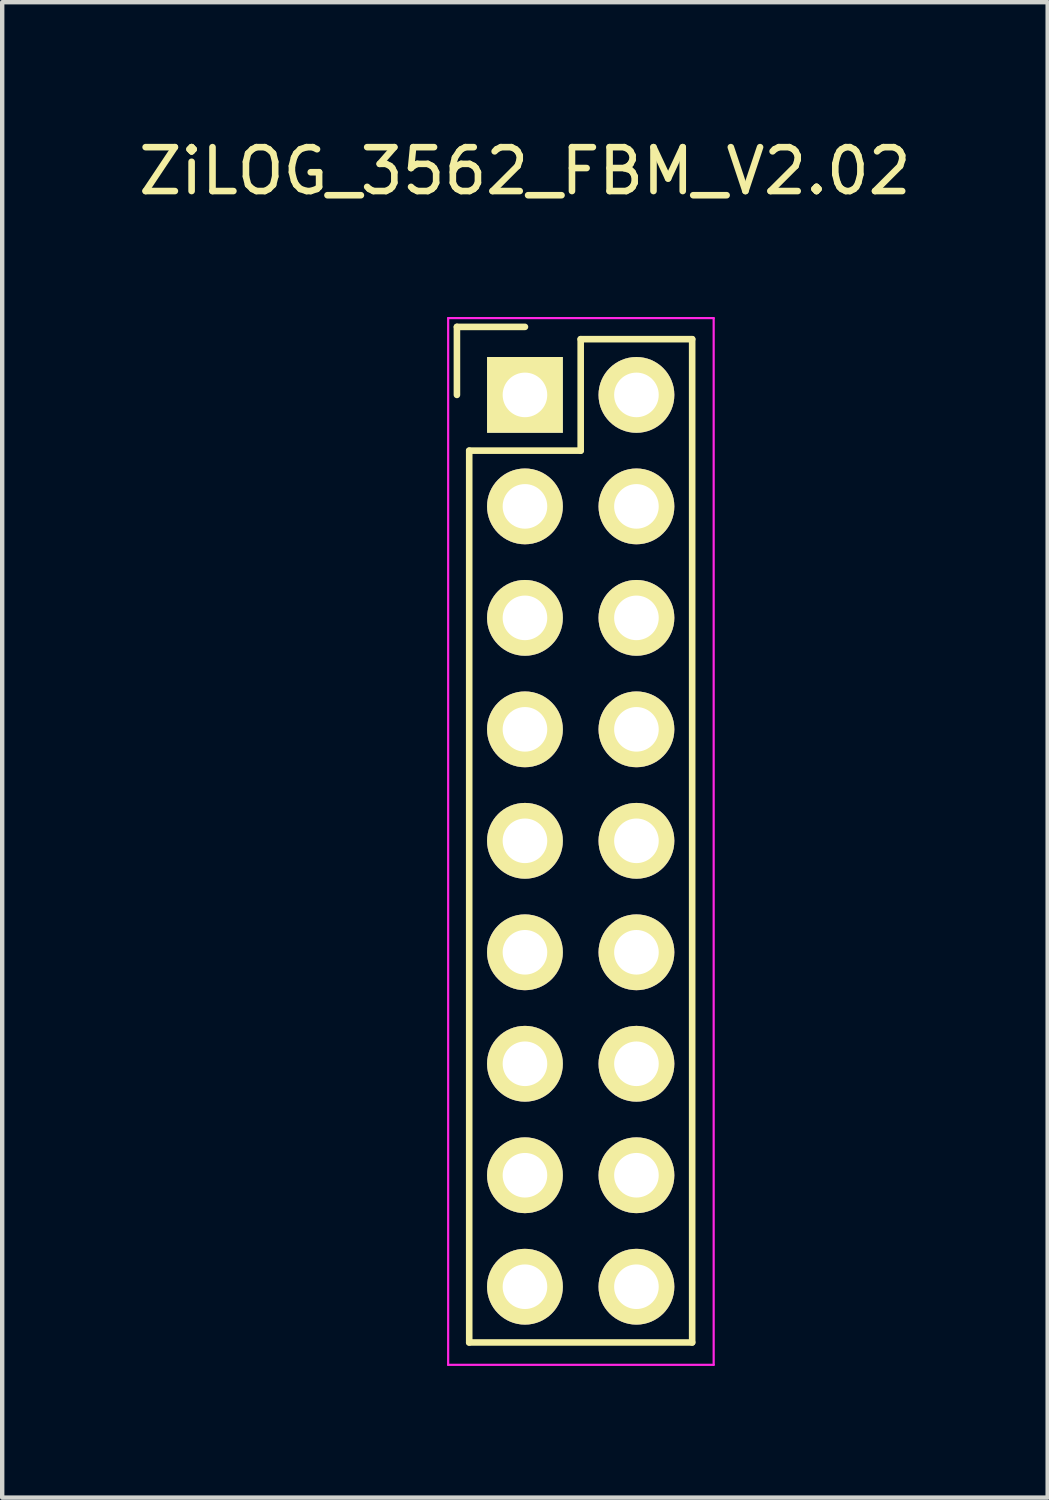
<source format=kicad_pcb>
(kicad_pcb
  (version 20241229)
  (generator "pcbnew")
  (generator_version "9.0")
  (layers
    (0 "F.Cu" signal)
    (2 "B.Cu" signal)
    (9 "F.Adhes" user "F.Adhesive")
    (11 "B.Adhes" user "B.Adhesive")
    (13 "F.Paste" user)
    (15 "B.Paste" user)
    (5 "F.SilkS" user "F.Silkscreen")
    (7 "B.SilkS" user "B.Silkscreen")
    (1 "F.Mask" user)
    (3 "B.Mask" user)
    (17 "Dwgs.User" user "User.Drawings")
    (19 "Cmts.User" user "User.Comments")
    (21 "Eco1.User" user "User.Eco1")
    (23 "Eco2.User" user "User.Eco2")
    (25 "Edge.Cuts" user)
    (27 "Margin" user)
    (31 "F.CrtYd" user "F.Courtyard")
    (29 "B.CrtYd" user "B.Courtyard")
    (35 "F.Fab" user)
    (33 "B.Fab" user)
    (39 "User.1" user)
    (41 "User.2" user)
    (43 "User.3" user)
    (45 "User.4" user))
  (footprint "ZiLOG_3562_FBM_V2.02"
    (layer "F.Cu")
    (at 8.911 5.948)
    (property "Reference" "ZiLOG_3562_FBM_V2.02" (at 0 -5.1 0) (layer "F.SilkS") (effects (font (size 1 1) (thickness 0.15))))
    (attr through_hole)
    (fp_line (start -1.55 -1.55) (end -1.55 0) (stroke (width 0.15) (type solid)) (layer "F.SilkS"))
    (fp_line (start -1.27 1.27) (end -1.27 21.59) (stroke (width 0.15) (type solid)) (layer "F.SilkS"))
    (fp_line (start 0 -1.55) (end -1.55 -1.55) (stroke (width 0.15) (type solid)) (layer "F.SilkS"))
    (fp_line (start 1.27 -1.27) (end 1.27 1.27) (stroke (width 0.15) (type solid)) (layer "F.SilkS"))
    (fp_line (start 1.27 1.27) (end -1.27 1.27) (stroke (width 0.15) (type solid)) (layer "F.SilkS"))
    (fp_line (start 3.81 -1.27) (end 1.27 -1.27) (stroke (width 0.15) (type solid)) (layer "F.SilkS"))
    (fp_line (start 3.81 21.59) (end -1.27 21.59) (stroke (width 0.15) (type solid)) (layer "F.SilkS"))
    (fp_line (start 3.81 21.59) (end 3.81 -1.27) (stroke (width 0.15) (type solid)) (layer "F.SilkS"))
    (fp_line (start -1.75 -1.75) (end -1.75 22.1) (stroke (width 0.05) (type solid)) (layer "F.CrtYd"))
    (fp_line (start -1.75 -1.75) (end 4.3 -1.75) (stroke (width 0.05) (type solid)) (layer "F.CrtYd"))
    (fp_line (start -1.75 22.1) (end 4.3 22.1) (stroke (width 0.05) (type solid)) (layer "F.CrtYd"))
    (fp_line (start 4.3 -1.75) (end 4.3 22.1) (stroke (width 0.05) (type solid)) (layer "F.CrtYd"))
    (pad "1" thru_hole rect (at 0 0) (size 1.727 1.727) (drill 1.016) (layers "*.Cu" "*.Mask" "F.SilkS"))
    (pad "2" thru_hole oval (at 0 2.54) (size 1.727 1.727) (drill 1.016) (layers "*.Cu" "*.Mask" "F.SilkS"))
    (pad "3" thru_hole oval (at 0 5.08) (size 1.727 1.727) (drill 1.016) (layers "*.Cu" "*.Mask" "F.SilkS"))
    (pad "4" thru_hole oval (at 0 7.62) (size 1.727 1.727) (drill 1.016) (layers "*.Cu" "*.Mask" "F.SilkS"))
    (pad "5" thru_hole oval (at 0 10.16) (size 1.727 1.727) (drill 1.016) (layers "*.Cu" "*.Mask" "F.SilkS"))
    (pad "6" thru_hole oval (at 0 12.7) (size 1.727 1.727) (drill 1.016) (layers "*.Cu" "*.Mask" "F.SilkS"))
    (pad "7" thru_hole oval (at 0 15.24) (size 1.727 1.727) (drill 1.016) (layers "*.Cu" "*.Mask" "F.SilkS"))
    (pad "8" thru_hole oval (at 0 17.78) (size 1.727 1.727) (drill 1.016) (layers "*.Cu" "*.Mask" "F.SilkS"))
    (pad "9" thru_hole oval (at 0 20.32) (size 1.727 1.727) (drill 1.016) (layers "*.Cu" "*.Mask" "F.SilkS"))
    (pad "10" thru_hole oval (at 2.54 20.32) (size 1.727 1.727) (drill 1.016) (layers "*.Cu" "*.Mask" "F.SilkS"))
    (pad "11" thru_hole oval (at 2.54 17.78) (size 1.727 1.727) (drill 1.016) (layers "*.Cu" "*.Mask" "F.SilkS"))
    (pad "12" thru_hole oval (at 2.54 15.24) (size 1.727 1.727) (drill 1.016) (layers "*.Cu" "*.Mask" "F.SilkS"))
    (pad "13" thru_hole oval (at 2.54 12.7) (size 1.727 1.727) (drill 1.016) (layers "*.Cu" "*.Mask" "F.SilkS"))
    (pad "14" thru_hole oval (at 2.54 10.16) (size 1.727 1.727) (drill 1.016) (layers "*.Cu" "*.Mask" "F.SilkS"))
    (pad "15" thru_hole oval (at 2.54 7.62) (size 1.727 1.727) (drill 1.016) (layers "*.Cu" "*.Mask" "F.SilkS"))
    (pad "16" thru_hole oval (at 2.54 5.08) (size 1.727 1.727) (drill 1.016) (layers "*.Cu" "*.Mask" "F.SilkS"))
    (pad "17" thru_hole oval (at 2.54 2.54) (size 1.727 1.727) (drill 1.016) (layers "*.Cu" "*.Mask" "F.SilkS"))
    (pad "18" thru_hole oval (at 2.54 0) (size 1.727 1.727) (drill 1.016) (layers "*.Cu" "*.Mask" "F.SilkS")))
  (gr_rect
    (start -3 -3)
    (end 20.821 31.073)
    (stroke (width 0.1) (type default))
    (fill no)
    (layer "Edge.Cuts")))
</source>
